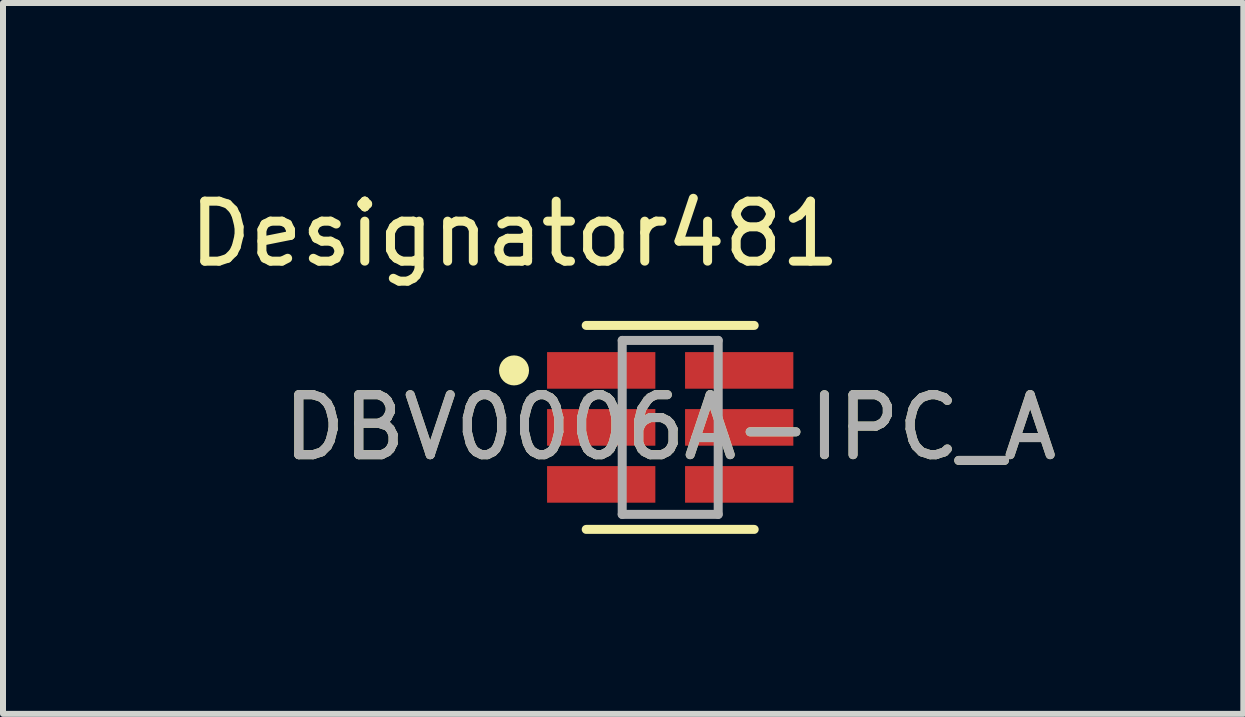
<source format=kicad_pcb>
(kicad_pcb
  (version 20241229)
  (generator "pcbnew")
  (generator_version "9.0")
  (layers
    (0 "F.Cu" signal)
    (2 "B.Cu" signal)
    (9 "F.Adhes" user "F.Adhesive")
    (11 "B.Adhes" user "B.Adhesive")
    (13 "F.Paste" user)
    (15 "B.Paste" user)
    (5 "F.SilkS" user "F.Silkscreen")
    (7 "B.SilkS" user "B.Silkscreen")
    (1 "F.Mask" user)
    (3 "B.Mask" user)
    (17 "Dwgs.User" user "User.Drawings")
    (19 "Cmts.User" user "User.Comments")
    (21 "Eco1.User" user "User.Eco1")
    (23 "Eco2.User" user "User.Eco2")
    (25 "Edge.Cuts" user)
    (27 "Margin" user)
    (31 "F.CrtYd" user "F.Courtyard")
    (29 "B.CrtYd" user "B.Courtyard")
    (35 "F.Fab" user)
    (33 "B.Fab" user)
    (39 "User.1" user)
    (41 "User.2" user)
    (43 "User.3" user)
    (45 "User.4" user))
  (footprint "DBV0006A-IPC_A"
    (layer "F.Cu")
    (at 8.121 4.074)
    (property "Reference" "DBV0006A-IPC_A" (at 0 0 0) (unlocked yes) (layer "F.SilkS") (effects (font (size 1 1) (thickness 0.15))))
    (attr smd)
    (fp_line (start -1.4 -1.7) (end 1.4 -1.7) (stroke (width 0.15) (type solid)) (layer "F.SilkS"))
    (fp_line (start -1.4 1.7) (end 1.4 1.7) (stroke (width 0.15) (type solid)) (layer "F.SilkS"))
    (fp_circle (center -2.603 -0.95) (end -2.478 -0.95) (stroke (width 0.25) (type solid)) (fill no) (layer "F.SilkS"))
    (fp_line (start -0.8 -1.45) (end 0.8 -1.45) (stroke (width 0.15) (type solid)) (layer "F.Fab"))
    (fp_line (start -0.8 1.45) (end -0.8 -1.45) (stroke (width 0.15) (type solid)) (layer "F.Fab"))
    (fp_line (start -0.8 1.45) (end 0.8 1.45) (stroke (width 0.15) (type solid)) (layer "F.Fab"))
    (fp_line (start 0.8 1.45) (end 0.8 -1.45) (stroke (width 0.15) (type solid)) (layer "F.Fab"))
    (fp_text user "Designator481" (at -2.591 -3.226 0) (unlocked yes) (layer "F.SilkS") (effects (font (size 1 1) (thickness 0.15))))
    (fp_text user "${REFERENCE}" (at 0 0 0) (unlocked yes) (layer "F.Fab") (effects (font (size 1 1) (thickness 0.15))))
    (pad "1" smd rect (at -1.15 -0.95) (size 1.805 0.61) (layers "F.Cu" "F.Mask" "F.Paste"))
    (pad "2" smd rect (at -1.15 0) (size 1.805 0.61) (layers "F.Cu" "F.Mask" "F.Paste"))
    (pad "3" smd rect (at -1.15 0.95) (size 1.805 0.61) (layers "F.Cu" "F.Mask" "F.Paste"))
    (pad "4" smd rect (at 1.15 0.95) (size 1.805 0.61) (layers "F.Cu" "F.Mask" "F.Paste"))
    (pad "5" smd rect (at 1.15 0) (size 1.805 0.61) (layers "F.Cu" "F.Mask" "F.Paste"))
    (pad "6" smd rect (at 1.15 -0.95) (size 1.805 0.61) (layers "F.Cu" "F.Mask" "F.Paste")))
  (gr_rect
    (start -3 -3)
    (end 17.674 8.849)
    (stroke (width 0.1) (type default))
    (fill no)
    (layer "Edge.Cuts")))
</source>
